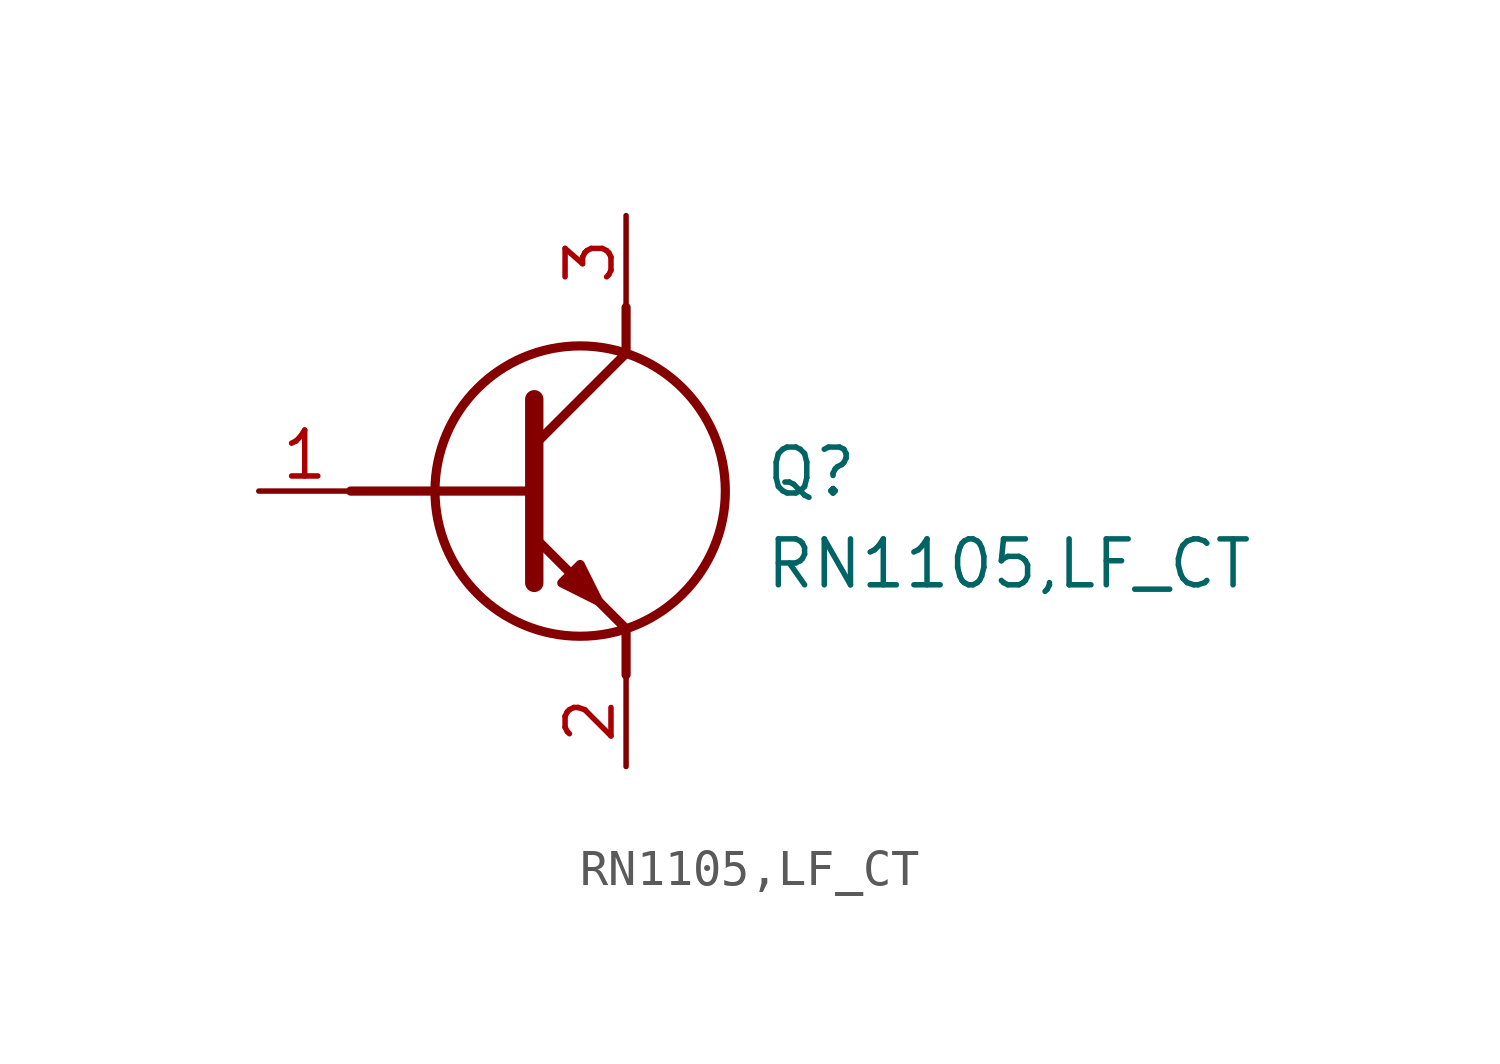
<source format=kicad_sym>
(kicad_symbol_lib
  (version 20211014)
  (generator SamacSys_ECAD_Model)
  (symbol "RN1105,LF_CT"
    (pin_names hide)
    (property "Reference" "Q"
      (at 13.97 1.27 0)
      (effects (font (size 1.27 1.27)) (justify left top)))
    (property "Value" "RN1105,LF_CT"
      (at 13.97 -1.27 0)
      (effects (font (size 1.27 1.27)) (justify left top)))
    (polyline
      (pts (xy 7.62 2.54) (xy 7.62 -2.54))
      (stroke (width 0.508) (type default))
      (fill (type none)))
    (polyline
      (pts (xy 7.62 1.27) (xy 10.16 3.81))
      (stroke (width 0.254) (type default))
      (fill (type none)))
    (polyline
      (pts (xy 7.62 -1.27) (xy 10.16 -3.81))
      (stroke (width 0.254) (type default))
      (fill (type none)))
    (polyline
      (pts (xy 10.16 -3.81) (xy 10.16 -5.08))
      (stroke (width 0.254) (type default))
      (fill (type none)))
    (polyline
      (pts (xy 10.16 3.81) (xy 10.16 5.08))
      (stroke (width 0.254) (type default))
      (fill (type none)))
    (polyline
      (pts (xy 2.54 0) (xy 7.62 0))
      (stroke (width 0.254) (type default))
      (fill (type none)))
    (circle
      (center 8.89 0)
      (radius 4.016)
      (stroke (width 0.254) (type default))
      (fill (type none)))
    (polyline
      (pts (xy 8.382 -2.54) (xy 8.89 -2.032) (xy 9.398 -3.048) (xy 8.382 -2.54))
      (stroke (width 0.254) (type default))
      (fill (type outline)))
    (pin passive line
      (at 0 0 0)
      (length 2.54)
      (name "B" (effects (font (size 1.27 1.27))))
      (number "1" (effects (font (size 1.27 1.27)))))
    (pin passive line
      (at 10.16 -7.62 90)
      (length 2.54)
      (name "E" (effects (font (size 1.27 1.27))))
      (number "2" (effects (font (size 1.27 1.27)))))
    (pin passive line
      (at 10.16 7.62 270)
      (length 2.54)
      (name "C" (effects (font (size 1.27 1.27))))
      (number "3" (effects (font (size 1.27 1.27)))))))
</source>
